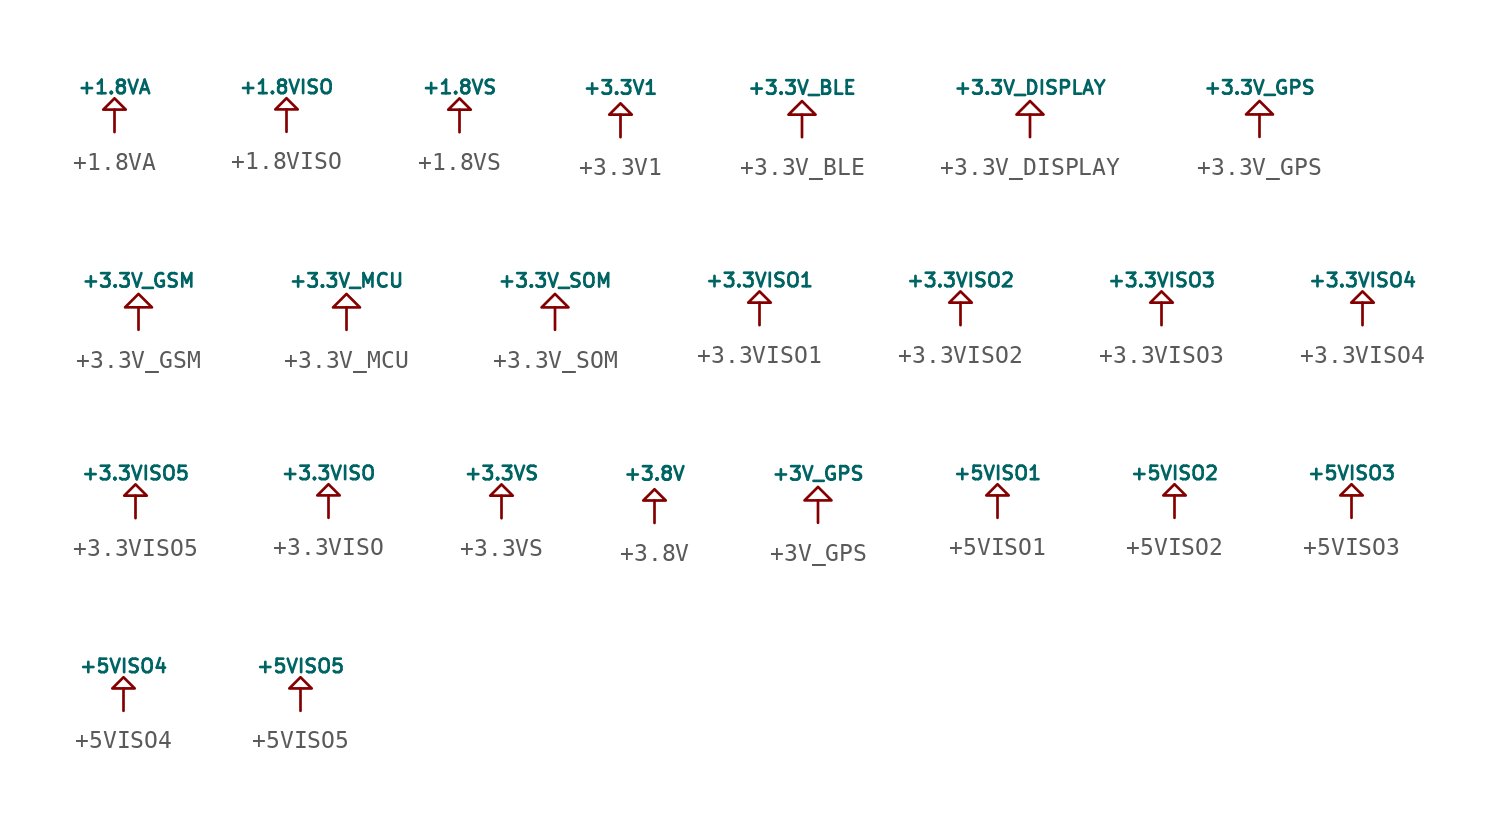
<source format=kicad_sym>
(kicad_symbol_lib
  (version 20201005)
  (generator kicad_symbol_editor)
  (symbol "+1.8VA"
    (power)
    (pin_names
      (offset 0))
    (property "Reference" "#PWR"
      (at 0 -1.905 0)
      (effects (font (size 0.762 0.762)) hide))
    (property "Value" "+1.8VA"
      (at 0 2.54 0)
      (effects (font (size 0.762 0.762))))
    (property "Footprint" ""
      (at 0 0 0)
      (effects (font (size 1.524 1.524))))
    (property "Datasheet" ""
      (at 0 0 0)
      (effects (font (size 1.524 1.524))))
    (symbol "+1.8VA_0_0"
      (pin power_in line (at 0 0 180) (length 0) hide (name "+1.8VA" (effects (font (size 0.762 0.762)))) (number "1" (effects (font (size 0.762 0.762))))))
    (symbol "+1.8VA_0_1"
      (polyline (pts (xy 0 1.27) (xy 0 0)) (stroke (width 0)) (fill (type none)))
      (polyline (pts (xy 0 1.27) (xy -0.635 1.27) (xy 0 1.905) (xy 0.635 1.27) (xy 0 1.27)) (stroke (width 0)) (fill (type none)))))
  (symbol "+1.8VISO"
    (power)
    (pin_names
      (offset 0))
    (property "Reference" "#PWR"
      (at 0 -1.905 0)
      (effects (font (size 0.762 0.762)) hide))
    (property "Value" "+1.8VISO"
      (at 0 2.54 0)
      (effects (font (size 0.762 0.762))))
    (property "Footprint" ""
      (at 0 0 0)
      (effects (font (size 1.524 1.524))))
    (property "Datasheet" ""
      (at 0 0 0)
      (effects (font (size 1.524 1.524))))
    (symbol "+1.8VISO_0_0"
      (pin power_in line (at 0 0 180) (length 0) hide (name "+1.8VISO" (effects (font (size 0.762 0.762)))) (number "1" (effects (font (size 0.762 0.762))))))
    (symbol "+1.8VISO_0_1"
      (polyline (pts (xy 0 1.27) (xy 0 0)) (stroke (width 0)) (fill (type none)))
      (polyline (pts (xy 0 1.27) (xy -0.635 1.27) (xy 0 1.905) (xy 0.635 1.27) (xy 0 1.27)) (stroke (width 0)) (fill (type none)))))
  (symbol "+1.8VS"
    (power)
    (pin_names
      (offset 0))
    (property "Reference" "#PWR"
      (at 0 -1.905 0)
      (effects (font (size 0.762 0.762)) hide))
    (property "Value" "+1.8VS"
      (at 0 2.54 0)
      (effects (font (size 0.762 0.762))))
    (property "Footprint" ""
      (at 0 0 0)
      (effects (font (size 1.524 1.524))))
    (property "Datasheet" ""
      (at 0 0 0)
      (effects (font (size 1.524 1.524))))
    (symbol "+1.8VS_0_0"
      (pin power_in line (at 0 0 180) (length 0) hide (name "+1.8VS" (effects (font (size 0.762 0.762)))) (number "1" (effects (font (size 0.762 0.762))))))
    (symbol "+1.8VS_0_1"
      (polyline (pts (xy 0 1.27) (xy 0 0)) (stroke (width 0)) (fill (type none)))
      (polyline (pts (xy 0 1.27) (xy -0.635 1.27) (xy 0 1.905) (xy 0.635 1.27) (xy 0 1.27)) (stroke (width 0)) (fill (type none)))))
  (symbol "+3.3V1"
    (power)
    (pin_names
      (offset 0))
    (property "Reference" "#PWR"
      (at 0 -1.905 0)
      (effects (font (size 0.762 0.762)) hide))
    (property "Value" "+3.3V1"
      (at 0 2.794 0)
      (effects (font (size 0.762 0.762))))
    (property "Footprint" ""
      (at 0 0 0)
      (effects (font (size 1.524 1.524))))
    (property "Datasheet" ""
      (at 0 0 0)
      (effects (font (size 1.524 1.524))))
    (symbol "+3.3V1_0_0"
      (pin power_in line (at 0 0 180) (length 0) hide (name "+3.3V1" (effects (font (size 0.762 0.762)))) (number "1" (effects (font (size 0.762 0.762))))))
    (symbol "+3.3V1_0_1"
      (polyline (pts (xy 0 1.27) (xy 0 0)) (stroke (width 0)) (fill (type none)))
      (polyline (pts (xy 0 1.27) (xy -0.635 1.27) (xy 0 1.905) (xy 0.635 1.27) (xy 0 1.27)) (stroke (width 0)) (fill (type none)))))
  (symbol "+3.3V_BLE"
    (power)
    (pin_names
      (offset 0))
    (property "Reference" "#PWR"
      (at 0 -1.905 0)
      (effects (font (size 0.762 0.762)) hide))
    (property "Value" "+3.3V_BLE"
      (at 0 2.794 0)
      (effects (font (size 0.762 0.762))))
    (property "Footprint" ""
      (at 0 0 0)
      (effects (font (size 1.524 1.524))))
    (property "Datasheet" ""
      (at 0 0 0)
      (effects (font (size 1.524 1.524))))
    (symbol "+3.3V_BLE_0_0"
      (pin power_in line (at 0 0 180) (length 0) hide (name "+3V3_BLE" (effects (font (size 0.762 0.762)))) (number "1" (effects (font (size 0.762 0.762))))))
    (symbol "+3.3V_BLE_0_1"
      (polyline (pts (xy 0 1.27) (xy 0 0)) (stroke (width 0)) (fill (type none)))
      (polyline (pts (xy 0 1.27) (xy -0.762 1.27) (xy 0 2.032) (xy 0.762 1.27) (xy 0 1.27)) (stroke (width 0)) (fill (type none)))))
  (symbol "+3.3V_DISPLAY"
    (power)
    (pin_names
      (offset 0))
    (property "Reference" "#PWR"
      (at 0 -1.905 0)
      (effects (font (size 0.762 0.762)) hide))
    (property "Value" "+3.3V_DISPLAY"
      (at 0 2.794 0)
      (effects (font (size 0.762 0.762))))
    (property "Footprint" ""
      (at 0 0 0)
      (effects (font (size 1.524 1.524))))
    (property "Datasheet" ""
      (at 0 0 0)
      (effects (font (size 1.524 1.524))))
    (symbol "+3.3V_DISPLAY_0_0"
      (pin power_in line (at 0 0 180) (length 0) hide (name "+3V3_DISPLAY" (effects (font (size 0.762 0.762)))) (number "1" (effects (font (size 0.762 0.762))))))
    (symbol "+3.3V_DISPLAY_0_1"
      (polyline (pts (xy 0 1.27) (xy 0 0)) (stroke (width 0)) (fill (type none)))
      (polyline (pts (xy 0 1.27) (xy -0.762 1.27) (xy 0 2.032) (xy 0.762 1.27) (xy 0 1.27)) (stroke (width 0)) (fill (type none)))))
  (symbol "+3.3V_GPS"
    (power)
    (pin_names
      (offset 0))
    (property "Reference" "#PWR"
      (at 0 -1.905 0)
      (effects (font (size 0.762 0.762)) hide))
    (property "Value" "+3.3V_GPS"
      (at 0 2.794 0)
      (effects (font (size 0.762 0.762))))
    (property "Footprint" ""
      (at 0 0 0)
      (effects (font (size 1.524 1.524))))
    (property "Datasheet" ""
      (at 0 0 0)
      (effects (font (size 1.524 1.524))))
    (symbol "+3.3V_GPS_0_0"
      (pin power_in line (at 0 0 180) (length 0) hide (name "+3V3_GPS" (effects (font (size 0.762 0.762)))) (number "1" (effects (font (size 0.762 0.762))))))
    (symbol "+3.3V_GPS_0_1"
      (polyline (pts (xy 0 1.27) (xy 0 0)) (stroke (width 0)) (fill (type none)))
      (polyline (pts (xy 0 1.27) (xy -0.762 1.27) (xy 0 2.032) (xy 0.762 1.27) (xy 0 1.27)) (stroke (width 0)) (fill (type none)))))
  (symbol "+3.3V_GSM"
    (power)
    (pin_names
      (offset 0))
    (property "Reference" "#PWR"
      (at 0 -1.905 0)
      (effects (font (size 0.762 0.762)) hide))
    (property "Value" "+3.3V_GSM"
      (at 0 2.794 0)
      (effects (font (size 0.762 0.762))))
    (property "Footprint" ""
      (at 0 0 0)
      (effects (font (size 1.524 1.524))))
    (property "Datasheet" ""
      (at 0 0 0)
      (effects (font (size 1.524 1.524))))
    (symbol "+3.3V_GSM_0_0"
      (pin power_in line (at 0 0 180) (length 0) hide (name "+3V3_GSM" (effects (font (size 0.762 0.762)))) (number "1" (effects (font (size 0.762 0.762))))))
    (symbol "+3.3V_GSM_0_1"
      (polyline (pts (xy 0 1.27) (xy 0 0)) (stroke (width 0)) (fill (type none)))
      (polyline (pts (xy 0 1.27) (xy -0.762 1.27) (xy 0 2.032) (xy 0.762 1.27) (xy 0 1.27)) (stroke (width 0)) (fill (type none)))))
  (symbol "+3.3V_MCU"
    (power)
    (pin_names
      (offset 0))
    (property "Reference" "#PWR"
      (at 0 -1.905 0)
      (effects (font (size 0.762 0.762)) hide))
    (property "Value" "+3.3V_MCU"
      (at 0 2.794 0)
      (effects (font (size 0.762 0.762))))
    (property "Footprint" ""
      (at 0 0 0)
      (effects (font (size 1.524 1.524))))
    (property "Datasheet" ""
      (at 0 0 0)
      (effects (font (size 1.524 1.524))))
    (symbol "+3.3V_MCU_0_0"
      (pin power_in line (at 0 0 180) (length 0) hide (name "+3V3_MCU" (effects (font (size 0.762 0.762)))) (number "1" (effects (font (size 0.762 0.762))))))
    (symbol "+3.3V_MCU_0_1"
      (polyline (pts (xy 0 1.27) (xy 0 0)) (stroke (width 0)) (fill (type none)))
      (polyline (pts (xy 0 1.27) (xy -0.762 1.27) (xy 0 2.032) (xy 0.762 1.27) (xy 0 1.27)) (stroke (width 0)) (fill (type none)))))
  (symbol "+3.3V_SOM"
    (power)
    (pin_names
      (offset 0))
    (property "Reference" "#PWR"
      (at 0 -1.905 0)
      (effects (font (size 0.762 0.762)) hide))
    (property "Value" "+3.3V_SOM"
      (at 0 2.794 0)
      (effects (font (size 0.762 0.762))))
    (property "Footprint" ""
      (at 0 0 0)
      (effects (font (size 1.524 1.524))))
    (property "Datasheet" ""
      (at 0 0 0)
      (effects (font (size 1.524 1.524))))
    (symbol "+3.3V_SOM_0_0"
      (pin power_in line (at 0 0 180) (length 0) hide (name "+3V3_SOM" (effects (font (size 0.762 0.762)))) (number "1" (effects (font (size 0.762 0.762))))))
    (symbol "+3.3V_SOM_0_1"
      (polyline (pts (xy 0 1.27) (xy 0 0)) (stroke (width 0)) (fill (type none)))
      (polyline (pts (xy 0 1.27) (xy -0.762 1.27) (xy 0 2.032) (xy 0.762 1.27) (xy 0 1.27)) (stroke (width 0)) (fill (type none)))))
  (symbol "+3.3VISO1"
    (power)
    (pin_names
      (offset 0))
    (property "Reference" "#PWR"
      (at 0 -1.905 0)
      (effects (font (size 0.762 0.762)) hide))
    (property "Value" "+3.3VISO1"
      (at 0 2.54 0)
      (effects (font (size 0.762 0.762))))
    (property "Footprint" ""
      (at 0 0 0)
      (effects (font (size 1.524 1.524))))
    (property "Datasheet" ""
      (at 0 0 0)
      (effects (font (size 1.524 1.524))))
    (symbol "+3.3VISO1_0_0"
      (pin power_in line (at 0 0 180) (length 0) hide (name "+3.3VISO1" (effects (font (size 0.762 0.762)))) (number "1" (effects (font (size 0.762 0.762))))))
    (symbol "+3.3VISO1_0_1"
      (polyline (pts (xy 0 1.27) (xy 0 0)) (stroke (width 0)) (fill (type none)))
      (polyline (pts (xy 0 1.27) (xy -0.635 1.27) (xy 0 1.905) (xy 0.635 1.27) (xy 0 1.27)) (stroke (width 0)) (fill (type none)))))
  (symbol "+3.3VISO2"
    (power)
    (pin_names
      (offset 0))
    (property "Reference" "#PWR"
      (at 0 -1.905 0)
      (effects (font (size 0.762 0.762)) hide))
    (property "Value" "+3.3VISO2"
      (at 0 2.54 0)
      (effects (font (size 0.762 0.762))))
    (property "Footprint" ""
      (at 0 0 0)
      (effects (font (size 1.524 1.524))))
    (property "Datasheet" ""
      (at 0 0 0)
      (effects (font (size 1.524 1.524))))
    (symbol "+3.3VISO2_0_0"
      (pin power_in line (at 0 0 180) (length 0) hide (name "+3.3VISO2" (effects (font (size 0.762 0.762)))) (number "1" (effects (font (size 0.762 0.762))))))
    (symbol "+3.3VISO2_0_1"
      (polyline (pts (xy 0 1.27) (xy 0 0)) (stroke (width 0)) (fill (type none)))
      (polyline (pts (xy 0 1.27) (xy -0.635 1.27) (xy 0 1.905) (xy 0.635 1.27) (xy 0 1.27)) (stroke (width 0)) (fill (type none)))))
  (symbol "+3.3VISO3"
    (power)
    (pin_names
      (offset 0))
    (property "Reference" "#PWR"
      (at 0 -1.905 0)
      (effects (font (size 0.762 0.762)) hide))
    (property "Value" "+3.3VISO3"
      (at 0 2.54 0)
      (effects (font (size 0.762 0.762))))
    (property "Footprint" ""
      (at 0 0 0)
      (effects (font (size 1.524 1.524))))
    (property "Datasheet" ""
      (at 0 0 0)
      (effects (font (size 1.524 1.524))))
    (symbol "+3.3VISO3_0_0"
      (pin power_in line (at 0 0 180) (length 0) hide (name "+3.3VISO3" (effects (font (size 0.762 0.762)))) (number "1" (effects (font (size 0.762 0.762))))))
    (symbol "+3.3VISO3_0_1"
      (polyline (pts (xy 0 1.27) (xy 0 0)) (stroke (width 0)) (fill (type none)))
      (polyline (pts (xy 0 1.27) (xy -0.635 1.27) (xy 0 1.905) (xy 0.635 1.27) (xy 0 1.27)) (stroke (width 0)) (fill (type none)))))
  (symbol "+3.3VISO4"
    (power)
    (pin_names
      (offset 0))
    (property "Reference" "#PWR"
      (at 0 -1.905 0)
      (effects (font (size 0.762 0.762)) hide))
    (property "Value" "+3.3VISO4"
      (at 0 2.54 0)
      (effects (font (size 0.762 0.762))))
    (property "Footprint" ""
      (at 0 0 0)
      (effects (font (size 1.524 1.524))))
    (property "Datasheet" ""
      (at 0 0 0)
      (effects (font (size 1.524 1.524))))
    (symbol "+3.3VISO4_0_0"
      (pin power_in line (at 0 0 180) (length 0) hide (name "+3.3VISO4" (effects (font (size 0.762 0.762)))) (number "1" (effects (font (size 0.762 0.762))))))
    (symbol "+3.3VISO4_0_1"
      (polyline (pts (xy 0 1.27) (xy 0 0)) (stroke (width 0)) (fill (type none)))
      (polyline (pts (xy 0 1.27) (xy -0.635 1.27) (xy 0 1.905) (xy 0.635 1.27) (xy 0 1.27)) (stroke (width 0)) (fill (type none)))))
  (symbol "+3.3VISO5"
    (power)
    (pin_names
      (offset 0))
    (property "Reference" "#PWR"
      (at 0 -1.905 0)
      (effects (font (size 0.762 0.762)) hide))
    (property "Value" "+3.3VISO5"
      (at 0 2.54 0)
      (effects (font (size 0.762 0.762))))
    (property "Footprint" ""
      (at 0 0 0)
      (effects (font (size 1.524 1.524))))
    (property "Datasheet" ""
      (at 0 0 0)
      (effects (font (size 1.524 1.524))))
    (symbol "+3.3VISO5_0_0"
      (pin power_in line (at 0 0 180) (length 0) hide (name "+3.3VISO5" (effects (font (size 0.762 0.762)))) (number "1" (effects (font (size 0.762 0.762))))))
    (symbol "+3.3VISO5_0_1"
      (polyline (pts (xy 0 1.27) (xy 0 0)) (stroke (width 0)) (fill (type none)))
      (polyline (pts (xy 0 1.27) (xy -0.635 1.27) (xy 0 1.905) (xy 0.635 1.27) (xy 0 1.27)) (stroke (width 0)) (fill (type none)))))
  (symbol "+3.3VISO"
    (power)
    (pin_names
      (offset 0))
    (property "Reference" "#PWR"
      (at 0 -1.905 0)
      (effects (font (size 0.762 0.762)) hide))
    (property "Value" "+3.3VISO"
      (at 0 2.54 0)
      (effects (font (size 0.762 0.762))))
    (property "Footprint" ""
      (at 0 0 0)
      (effects (font (size 1.524 1.524))))
    (property "Datasheet" ""
      (at 0 0 0)
      (effects (font (size 1.524 1.524))))
    (symbol "+3.3VISO_0_0"
      (pin power_in line (at 0 0 180) (length 0) hide (name "+3.3VISO" (effects (font (size 0.762 0.762)))) (number "1" (effects (font (size 0.762 0.762))))))
    (symbol "+3.3VISO_0_1"
      (polyline (pts (xy 0 1.27) (xy 0 0)) (stroke (width 0)) (fill (type none)))
      (polyline (pts (xy 0 1.27) (xy -0.635 1.27) (xy 0 1.905) (xy 0.635 1.27) (xy 0 1.27)) (stroke (width 0)) (fill (type none)))))
  (symbol "+3.3VS"
    (power)
    (pin_names
      (offset 0))
    (property "Reference" "#PWR"
      (at 0 -1.905 0)
      (effects (font (size 0.762 0.762)) hide))
    (property "Value" "+3.3VS"
      (at 0 2.54 0)
      (effects (font (size 0.762 0.762))))
    (property "Footprint" ""
      (at 0 0 0)
      (effects (font (size 1.524 1.524))))
    (property "Datasheet" ""
      (at 0 0 0)
      (effects (font (size 1.524 1.524))))
    (symbol "+3.3VS_0_0"
      (pin power_in line (at 0 0 180) (length 0) hide (name "+3.3VS" (effects (font (size 0.762 0.762)))) (number "1" (effects (font (size 0.762 0.762))))))
    (symbol "+3.3VS_0_1"
      (polyline (pts (xy 0 1.27) (xy 0 0)) (stroke (width 0)) (fill (type none)))
      (polyline (pts (xy 0 1.27) (xy -0.635 1.27) (xy 0 1.905) (xy 0.635 1.27) (xy 0 1.27)) (stroke (width 0)) (fill (type none)))))
  (symbol "+3.8V"
    (power)
    (pin_names
      (offset 0))
    (property "Reference" "#PWR"
      (at 0 -1.905 0)
      (effects (font (size 0.762 0.762)) hide))
    (property "Value" "+3.8V"
      (at 0 2.794 0)
      (effects (font (size 0.762 0.762))))
    (property "Footprint" ""
      (at 0 0 0)
      (effects (font (size 1.524 1.524))))
    (property "Datasheet" ""
      (at 0 0 0)
      (effects (font (size 1.524 1.524))))
    (symbol "+3.8V_0_0"
      (pin power_in line (at 0 0 180) (length 0) hide (name "+3.8V" (effects (font (size 0.762 0.762)))) (number "1" (effects (font (size 0.762 0.762))))))
    (symbol "+3.8V_0_1"
      (polyline (pts (xy 0 1.27) (xy 0 0)) (stroke (width 0)) (fill (type none)))
      (polyline (pts (xy 0 1.27) (xy -0.635 1.27) (xy 0 1.905) (xy 0.635 1.27) (xy 0 1.27)) (stroke (width 0)) (fill (type none)))))
  (symbol "+3V_GPS"
    (power)
    (pin_names
      (offset 0))
    (property "Reference" "#PWR"
      (at 0 -1.905 0)
      (effects (font (size 0.762 0.762)) hide))
    (property "Value" "+3V_GPS"
      (at 0 2.794 0)
      (effects (font (size 0.762 0.762))))
    (property "Footprint" ""
      (at 0 0 0)
      (effects (font (size 1.524 1.524))))
    (property "Datasheet" ""
      (at 0 0 0)
      (effects (font (size 1.524 1.524))))
    (symbol "+3V_GPS_0_0"
      (pin power_in line (at 0 0 180) (length 0) hide (name "+3V_GPS" (effects (font (size 0.762 0.762)))) (number "1" (effects (font (size 0.762 0.762))))))
    (symbol "+3V_GPS_0_1"
      (polyline (pts (xy 0 1.27) (xy 0 0)) (stroke (width 0)) (fill (type none)))
      (polyline (pts (xy 0 1.27) (xy -0.762 1.27) (xy 0 2.032) (xy 0.762 1.27) (xy 0 1.27)) (stroke (width 0)) (fill (type none)))))
  (symbol "+5VISO1"
    (power)
    (pin_names
      (offset 0))
    (property "Reference" "#PWR"
      (at 0 -1.905 0)
      (effects (font (size 0.762 0.762)) hide))
    (property "Value" "+5VISO1"
      (at 0 2.54 0)
      (effects (font (size 0.762 0.762))))
    (property "Footprint" ""
      (at 0 0 0)
      (effects (font (size 1.524 1.524))))
    (property "Datasheet" ""
      (at 0 0 0)
      (effects (font (size 1.524 1.524))))
    (symbol "+5VISO1_0_0"
      (pin power_in line (at 0 0 180) (length 0) hide (name "+5VISO1" (effects (font (size 0.762 0.762)))) (number "1" (effects (font (size 0.762 0.762))))))
    (symbol "+5VISO1_0_1"
      (polyline (pts (xy 0 1.27) (xy 0 0)) (stroke (width 0)) (fill (type none)))
      (polyline (pts (xy 0 1.27) (xy -0.635 1.27) (xy 0 1.905) (xy 0.635 1.27) (xy 0 1.27)) (stroke (width 0)) (fill (type none)))))
  (symbol "+5VISO2"
    (power)
    (pin_names
      (offset 0))
    (property "Reference" "#PWR"
      (at 0 -1.905 0)
      (effects (font (size 0.762 0.762)) hide))
    (property "Value" "+5VISO2"
      (at 0 2.54 0)
      (effects (font (size 0.762 0.762))))
    (property "Footprint" ""
      (at 0 0 0)
      (effects (font (size 1.524 1.524))))
    (property "Datasheet" ""
      (at 0 0 0)
      (effects (font (size 1.524 1.524))))
    (symbol "+5VISO2_0_0"
      (pin power_in line (at 0 0 180) (length 0) hide (name "+5VISO2" (effects (font (size 0.762 0.762)))) (number "1" (effects (font (size 0.762 0.762))))))
    (symbol "+5VISO2_0_1"
      (polyline (pts (xy 0 1.27) (xy 0 0)) (stroke (width 0)) (fill (type none)))
      (polyline (pts (xy 0 1.27) (xy -0.635 1.27) (xy 0 1.905) (xy 0.635 1.27) (xy 0 1.27)) (stroke (width 0)) (fill (type none)))))
  (symbol "+5VISO3"
    (power)
    (pin_names
      (offset 0))
    (property "Reference" "#PWR"
      (at 0 -1.905 0)
      (effects (font (size 0.762 0.762)) hide))
    (property "Value" "+5VISO3"
      (at 0 2.54 0)
      (effects (font (size 0.762 0.762))))
    (property "Footprint" ""
      (at 0 0 0)
      (effects (font (size 1.524 1.524))))
    (property "Datasheet" ""
      (at 0 0 0)
      (effects (font (size 1.524 1.524))))
    (symbol "+5VISO3_0_0"
      (pin power_in line (at 0 0 180) (length 0) hide (name "+5VISO3" (effects (font (size 0.762 0.762)))) (number "1" (effects (font (size 0.762 0.762))))))
    (symbol "+5VISO3_0_1"
      (polyline (pts (xy 0 1.27) (xy 0 0)) (stroke (width 0)) (fill (type none)))
      (polyline (pts (xy 0 1.27) (xy -0.635 1.27) (xy 0 1.905) (xy 0.635 1.27) (xy 0 1.27)) (stroke (width 0)) (fill (type none)))))
  (symbol "+5VISO4"
    (power)
    (pin_names
      (offset 0))
    (property "Reference" "#PWR"
      (at 0 -1.905 0)
      (effects (font (size 0.762 0.762)) hide))
    (property "Value" "+5VISO4"
      (at 0 2.54 0)
      (effects (font (size 0.762 0.762))))
    (property "Footprint" ""
      (at 0 0 0)
      (effects (font (size 1.524 1.524))))
    (property "Datasheet" ""
      (at 0 0 0)
      (effects (font (size 1.524 1.524))))
    (symbol "+5VISO4_0_0"
      (pin power_in line (at 0 0 180) (length 0) hide (name "+5VISO4" (effects (font (size 0.762 0.762)))) (number "1" (effects (font (size 0.762 0.762))))))
    (symbol "+5VISO4_0_1"
      (polyline (pts (xy 0 1.27) (xy 0 0)) (stroke (width 0)) (fill (type none)))
      (polyline (pts (xy 0 1.27) (xy -0.635 1.27) (xy 0 1.905) (xy 0.635 1.27) (xy 0 1.27)) (stroke (width 0)) (fill (type none)))))
  (symbol "+5VISO5"
    (power)
    (pin_names
      (offset 0))
    (property "Reference" "#PWR"
      (at 0 -1.905 0)
      (effects (font (size 0.762 0.762)) hide))
    (property "Value" "+5VISO5"
      (at 0 2.54 0)
      (effects (font (size 0.762 0.762))))
    (property "Footprint" ""
      (at 0 0 0)
      (effects (font (size 1.524 1.524))))
    (property "Datasheet" ""
      (at 0 0 0)
      (effects (font (size 1.524 1.524))))
    (symbol "+5VISO5_0_0"
      (pin power_in line (at 0 0 180) (length 0) hide (name "+5VISO5" (effects (font (size 0.762 0.762)))) (number "1" (effects (font (size 0.762 0.762))))))
    (symbol "+5VISO5_0_1"
      (polyline (pts (xy 0 1.27) (xy 0 0)) (stroke (width 0)) (fill (type none)))
      (polyline (pts (xy 0 1.27) (xy -0.635 1.27) (xy 0 1.905) (xy 0.635 1.27) (xy 0 1.27)) (stroke (width 0)) (fill (type none))))))
</source>
